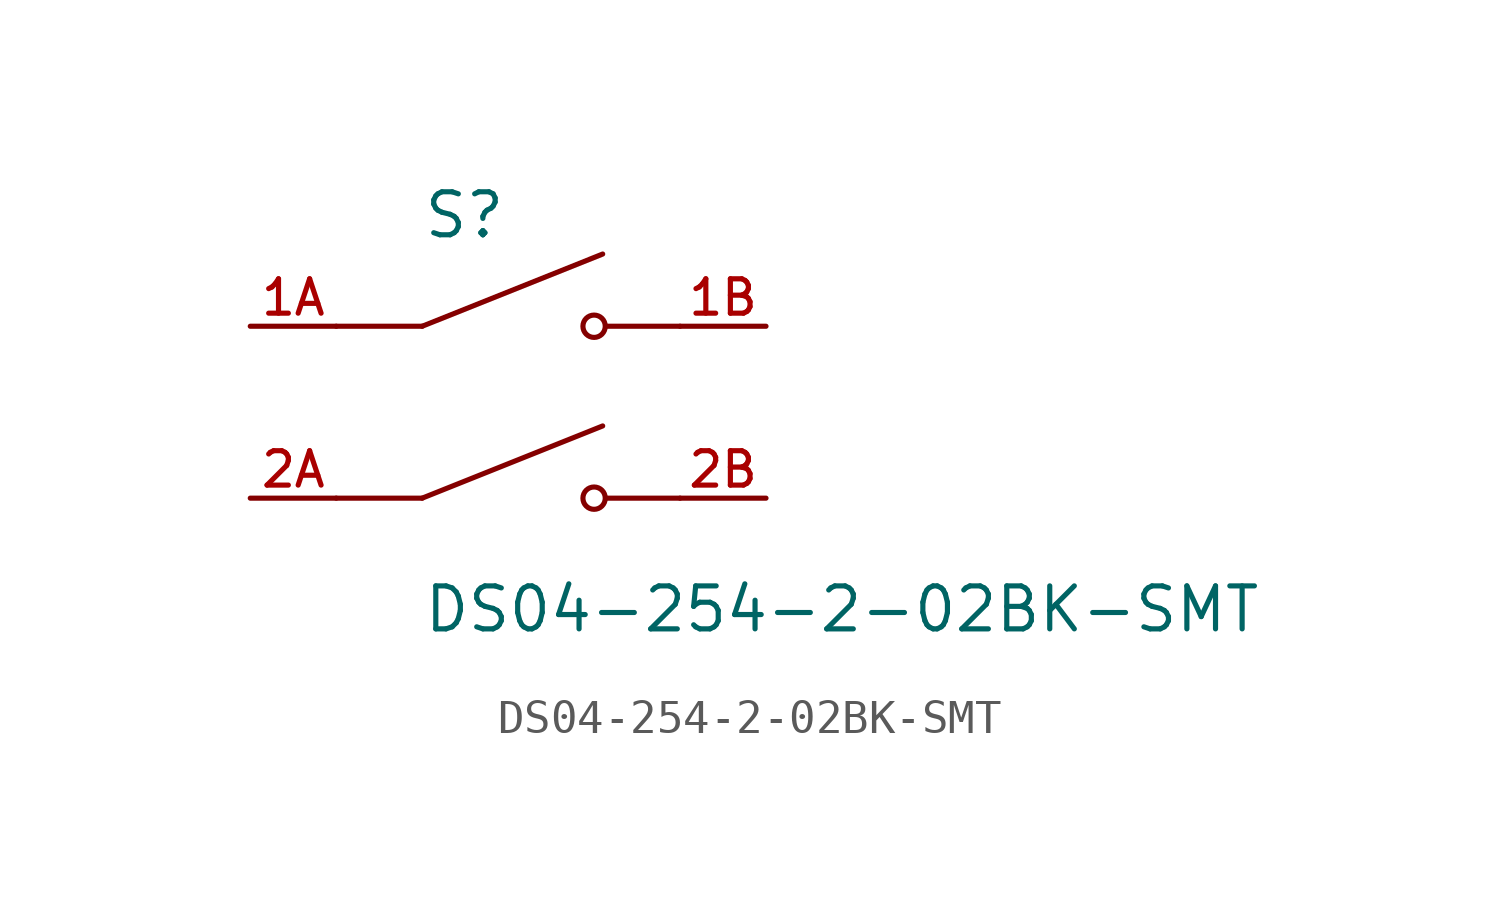
<source format=kicad_sym>
(kicad_symbol_lib
  (version 20211014)
  (generator kicad_symbol_editor)
  (symbol "DS04-254-2-02BK-SMT"
    (pin_names
      (offset 1.016))
    (property "Reference" "S"
      (at -2.54 5.08 0)
      (effects (font (size 1.27 1.27)) (justify bottom left)))
    (property "Value" "DS04-254-2-02BK-SMT"
      (at -2.54 -5.08 0)
      (effects (font (size 1.27 1.27)) (justify top left)))
    (symbol "DS04-254-2-02BK-SMT_0_0"
      (polyline (pts (xy -2.54 2.54) (xy 2.794 4.674)) (stroke (width 0.152)))
      (circle (center 2.54 2.54) (radius 0.33) (stroke (width 0.152)) (fill (type none)))
      (polyline (pts (xy 5.08 2.54) (xy 2.921 2.54)) (stroke (width 0.152)))
      (polyline (pts (xy -2.54 2.54) (xy -5.08 2.54)) (stroke (width 0.152)))
      (polyline (pts (xy -2.54 -2.54) (xy 2.794 -0.406)) (stroke (width 0.152)))
      (circle (center 2.54 -2.54) (radius 0.33) (stroke (width 0.152)) (fill (type none)))
      (polyline (pts (xy 5.08 -2.54) (xy 2.921 -2.54)) (stroke (width 0.152)))
      (polyline (pts (xy -2.54 -2.54) (xy -5.08 -2.54)) (stroke (width 0.152)))
      (pin passive line (at -7.62 2.54 0) (length 2.54) (name "~" (effects (font (size 1.016 1.016)))) (number "1A" (effects (font (size 1.016 1.016)))))
      (pin passive line (at 7.62 2.54 180.0) (length 2.54) (name "~" (effects (font (size 1.016 1.016)))) (number "1B" (effects (font (size 1.016 1.016)))))
      (pin passive line (at -7.62 -2.54 0) (length 2.54) (name "~" (effects (font (size 1.016 1.016)))) (number "2A" (effects (font (size 1.016 1.016)))))
      (pin passive line (at 7.62 -2.54 180.0) (length 2.54) (name "~" (effects (font (size 1.016 1.016)))) (number "2B" (effects (font (size 1.016 1.016))))))))
</source>
